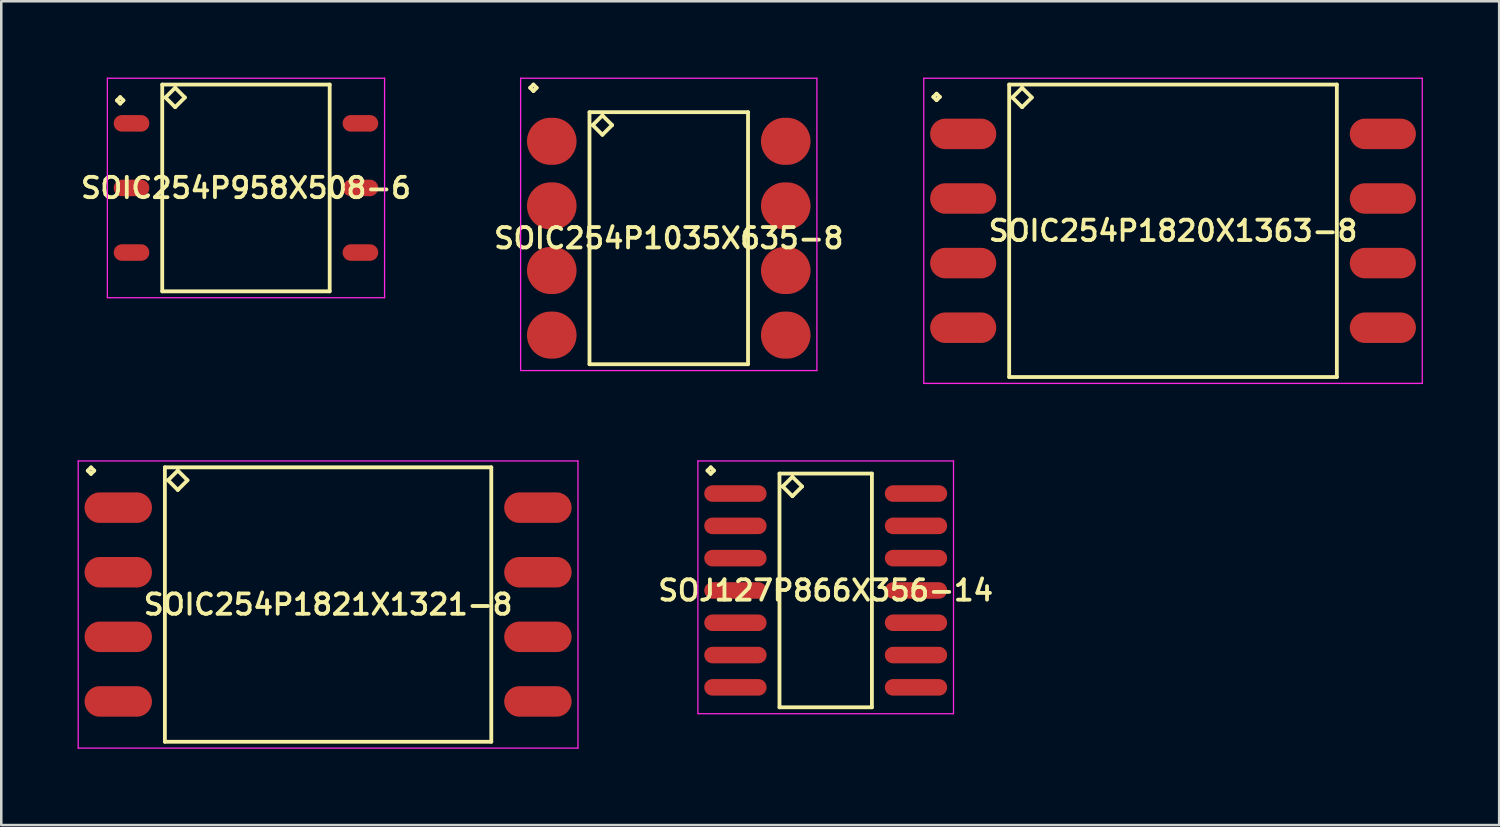
<source format=kicad_pcb>
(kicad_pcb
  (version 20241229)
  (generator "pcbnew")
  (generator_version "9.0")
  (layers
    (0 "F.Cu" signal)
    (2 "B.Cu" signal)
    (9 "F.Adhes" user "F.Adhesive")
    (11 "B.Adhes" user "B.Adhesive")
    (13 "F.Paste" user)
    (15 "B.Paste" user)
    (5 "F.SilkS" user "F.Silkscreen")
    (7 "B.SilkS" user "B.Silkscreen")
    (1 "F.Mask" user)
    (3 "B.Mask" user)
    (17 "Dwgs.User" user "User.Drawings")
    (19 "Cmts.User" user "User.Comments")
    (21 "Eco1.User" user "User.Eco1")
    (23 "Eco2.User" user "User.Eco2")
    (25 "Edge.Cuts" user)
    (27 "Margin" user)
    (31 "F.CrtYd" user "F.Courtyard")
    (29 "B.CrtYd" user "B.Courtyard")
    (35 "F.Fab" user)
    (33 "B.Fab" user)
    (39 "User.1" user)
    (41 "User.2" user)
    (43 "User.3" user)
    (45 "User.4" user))
  (footprint "SOIC254P1820X1363-8"
    (layer "F.Cu")
    (at 43.072 6.025)
    (property "Reference" "SOIC254P1820X1363-8" (at 0 0 0) (layer "F.SilkS") (effects (font (size 0.8 0.8) (thickness 0.15))))
    (attr smd)
    (fp_line (start -9.423 -5.264) (end -9.296 -5.391) (stroke (width 0.15) (type solid)) (layer "F.SilkS"))
    (fp_line (start -9.296 -5.391) (end -9.169 -5.264) (stroke (width 0.15) (type solid)) (layer "F.SilkS"))
    (fp_line (start -9.296 -5.137) (end -9.423 -5.264) (stroke (width 0.15) (type solid)) (layer "F.SilkS"))
    (fp_line (start -9.169 -5.264) (end -9.296 -5.137) (stroke (width 0.15) (type solid)) (layer "F.SilkS"))
    (fp_line (start -6.442 -5.75) (end -6.442 5.75) (stroke (width 0.15) (type solid)) (layer "F.SilkS"))
    (fp_line (start -6.442 5.75) (end 6.442 5.75) (stroke (width 0.15) (type solid)) (layer "F.SilkS"))
    (fp_line (start -6.315 -5.242) (end -5.934 -5.623) (stroke (width 0.15) (type solid)) (layer "F.SilkS"))
    (fp_line (start -5.934 -5.623) (end -5.553 -5.242) (stroke (width 0.15) (type solid)) (layer "F.SilkS"))
    (fp_line (start -5.934 -4.861) (end -6.315 -5.242) (stroke (width 0.15) (type solid)) (layer "F.SilkS"))
    (fp_line (start -5.553 -5.242) (end -5.934 -4.861) (stroke (width 0.15) (type solid)) (layer "F.SilkS"))
    (fp_line (start 6.442 -5.75) (end -6.442 -5.75) (stroke (width 0.15) (type solid)) (layer "F.SilkS"))
    (fp_line (start 6.442 5.75) (end 6.442 -5.75) (stroke (width 0.15) (type solid)) (layer "F.SilkS"))
    (fp_line (start -9.8 -6) (end 9.8 -6) (stroke (width 0.05) (type solid)) (layer "F.CrtYd"))
    (fp_line (start -9.8 6) (end -9.8 -6) (stroke (width 0.05) (type solid)) (layer "F.CrtYd"))
    (fp_line (start 9.8 -6) (end 9.8 6) (stroke (width 0.05) (type solid)) (layer "F.CrtYd"))
    (fp_line (start 9.8 6) (end -9.8 6) (stroke (width 0.05) (type solid)) (layer "F.CrtYd"))
    (pad "1" smd oval (at -8.25 -3.81) (size 2.6 1.2) (layers "F.Cu" "F.Mask" "F.Paste"))
    (pad "2" smd oval (at -8.25 -1.27) (size 2.6 1.2) (layers "F.Cu" "F.Mask" "F.Paste"))
    (pad "3" smd oval (at -8.25 1.27) (size 2.6 1.2) (layers "F.Cu" "F.Mask" "F.Paste"))
    (pad "4" smd oval (at -8.25 3.81) (size 2.6 1.2) (layers "F.Cu" "F.Mask" "F.Paste"))
    (pad "5" smd oval (at 8.25 3.81) (size 2.6 1.2) (layers "F.Cu" "F.Mask" "F.Paste"))
    (pad "6" smd oval (at 8.25 1.27) (size 2.6 1.2) (layers "F.Cu" "F.Mask" "F.Paste"))
    (pad "7" smd oval (at 8.25 -1.27) (size 2.6 1.2) (layers "F.Cu" "F.Mask" "F.Paste"))
    (pad "8" smd oval (at 8.25 -3.81) (size 2.6 1.2) (layers "F.Cu" "F.Mask" "F.Paste")))
  (footprint "SOIC254P1035X635-8"
    (layer "F.Cu")
    (at 23.245 6.316)
    (property "Reference" "SOIC254P1035X635-8" (at 0 0 0) (layer "F.SilkS") (effects (font (size 0.8 0.8) (thickness 0.15))))
    (attr smd)
    (fp_line (start -5.448 -5.914) (end -5.321 -6.041) (stroke (width 0.15) (type solid)) (layer "F.SilkS"))
    (fp_line (start -5.321 -6.041) (end -5.194 -5.914) (stroke (width 0.15) (type solid)) (layer "F.SilkS"))
    (fp_line (start -5.321 -5.787) (end -5.448 -5.914) (stroke (width 0.15) (type solid)) (layer "F.SilkS"))
    (fp_line (start -5.194 -5.914) (end -5.321 -5.787) (stroke (width 0.15) (type solid)) (layer "F.SilkS"))
    (fp_line (start -3.117 -4.955) (end -3.117 4.955) (stroke (width 0.15) (type solid)) (layer "F.SilkS"))
    (fp_line (start -3.117 4.955) (end 3.117 4.955) (stroke (width 0.15) (type solid)) (layer "F.SilkS"))
    (fp_line (start -2.99 -4.447) (end -2.609 -4.828) (stroke (width 0.15) (type solid)) (layer "F.SilkS"))
    (fp_line (start -2.609 -4.828) (end -2.228 -4.447) (stroke (width 0.15) (type solid)) (layer "F.SilkS"))
    (fp_line (start -2.609 -4.066) (end -2.99 -4.447) (stroke (width 0.15) (type solid)) (layer "F.SilkS"))
    (fp_line (start -2.228 -4.447) (end -2.609 -4.066) (stroke (width 0.15) (type solid)) (layer "F.SilkS"))
    (fp_line (start 3.117 -4.955) (end -3.117 -4.955) (stroke (width 0.15) (type solid)) (layer "F.SilkS"))
    (fp_line (start 3.117 4.955) (end 3.117 -4.955) (stroke (width 0.15) (type solid)) (layer "F.SilkS"))
    (fp_line (start -5.825 -6.291) (end 5.825 -6.291) (stroke (width 0.05) (type solid)) (layer "F.CrtYd"))
    (fp_line (start -5.825 5.205) (end -5.825 -6.291) (stroke (width 0.05) (type solid)) (layer "F.CrtYd"))
    (fp_line (start 5.825 -6.291) (end 5.825 5.205) (stroke (width 0.05) (type solid)) (layer "F.CrtYd"))
    (fp_line (start 5.825 5.205) (end -5.825 5.205) (stroke (width 0.05) (type solid)) (layer "F.CrtYd"))
    (pad "1" smd oval (at -4.6 -3.81) (size 1.95 1.85) (layers "F.Cu" "F.Mask" "F.Paste"))
    (pad "2" smd oval (at -4.6 -1.27) (size 1.95 1.85) (layers "F.Cu" "F.Mask" "F.Paste"))
    (pad "3" smd oval (at -4.6 1.27) (size 1.95 1.85) (layers "F.Cu" "F.Mask" "F.Paste"))
    (pad "4" smd oval (at -4.6 3.81) (size 1.95 1.85) (layers "F.Cu" "F.Mask" "F.Paste"))
    (pad "5" smd oval (at 4.6 3.81) (size 1.95 1.85) (layers "F.Cu" "F.Mask" "F.Paste"))
    (pad "6" smd oval (at 4.6 1.27) (size 1.95 1.85) (layers "F.Cu" "F.Mask" "F.Paste"))
    (pad "7" smd oval (at 4.6 -1.27) (size 1.95 1.85) (layers "F.Cu" "F.Mask" "F.Paste"))
    (pad "8" smd oval (at 4.6 -3.81) (size 1.95 1.85) (layers "F.Cu" "F.Mask" "F.Paste")))
  (footprint "SOJ127P866X356-14"
    (layer "F.Cu")
    (at 29.416 20.166)
    (property "Reference" "SOJ127P866X356-14" (at 0 0 0) (layer "F.SilkS") (effects (font (size 0.8 0.8) (thickness 0.15))))
    (attr smd)
    (fp_line (start -4.648 -4.714) (end -4.521 -4.841) (stroke (width 0.15) (type solid)) (layer "F.SilkS"))
    (fp_line (start -4.521 -4.841) (end -4.394 -4.714) (stroke (width 0.15) (type solid)) (layer "F.SilkS"))
    (fp_line (start -4.521 -4.587) (end -4.648 -4.714) (stroke (width 0.15) (type solid)) (layer "F.SilkS"))
    (fp_line (start -4.394 -4.714) (end -4.521 -4.587) (stroke (width 0.15) (type solid)) (layer "F.SilkS"))
    (fp_line (start -1.817 -4.595) (end -1.817 4.595) (stroke (width 0.15) (type solid)) (layer "F.SilkS"))
    (fp_line (start -1.817 4.595) (end 1.817 4.595) (stroke (width 0.15) (type solid)) (layer "F.SilkS"))
    (fp_line (start -1.69 -4.087) (end -1.309 -4.468) (stroke (width 0.15) (type solid)) (layer "F.SilkS"))
    (fp_line (start -1.309 -4.468) (end -0.928 -4.087) (stroke (width 0.15) (type solid)) (layer "F.SilkS"))
    (fp_line (start -1.309 -3.706) (end -1.69 -4.087) (stroke (width 0.15) (type solid)) (layer "F.SilkS"))
    (fp_line (start -0.928 -4.087) (end -1.309 -3.706) (stroke (width 0.15) (type solid)) (layer "F.SilkS"))
    (fp_line (start 1.817 -4.595) (end -1.817 -4.595) (stroke (width 0.15) (type solid)) (layer "F.SilkS"))
    (fp_line (start 1.817 4.595) (end 1.817 -4.595) (stroke (width 0.15) (type solid)) (layer "F.SilkS"))
    (fp_line (start -5.025 -5.091) (end 5.025 -5.091) (stroke (width 0.05) (type solid)) (layer "F.CrtYd"))
    (fp_line (start -5.025 4.845) (end -5.025 -5.091) (stroke (width 0.05) (type solid)) (layer "F.CrtYd"))
    (fp_line (start 5.025 -5.091) (end 5.025 4.845) (stroke (width 0.05) (type solid)) (layer "F.CrtYd"))
    (fp_line (start 5.025 4.845) (end -5.025 4.845) (stroke (width 0.05) (type solid)) (layer "F.CrtYd"))
    (pad "1" smd oval (at -3.55 -3.81) (size 2.45 0.65) (layers "F.Cu" "F.Mask" "F.Paste"))
    (pad "2" smd oval (at -3.55 -2.54) (size 2.45 0.65) (layers "F.Cu" "F.Mask" "F.Paste"))
    (pad "3" smd oval (at -3.55 -1.27) (size 2.45 0.65) (layers "F.Cu" "F.Mask" "F.Paste"))
    (pad "4" smd oval (at -3.55 0) (size 2.45 0.65) (layers "F.Cu" "F.Mask" "F.Paste"))
    (pad "5" smd oval (at -3.55 1.27) (size 2.45 0.65) (layers "F.Cu" "F.Mask" "F.Paste"))
    (pad "6" smd oval (at -3.55 2.54) (size 2.45 0.65) (layers "F.Cu" "F.Mask" "F.Paste"))
    (pad "7" smd oval (at -3.55 3.81) (size 2.45 0.65) (layers "F.Cu" "F.Mask" "F.Paste"))
    (pad "8" smd oval (at 3.55 3.81) (size 2.45 0.65) (layers "F.Cu" "F.Mask" "F.Paste"))
    (pad "9" smd oval (at 3.55 2.54) (size 2.45 0.65) (layers "F.Cu" "F.Mask" "F.Paste"))
    (pad "10" smd oval (at 3.55 1.27) (size 2.45 0.65) (layers "F.Cu" "F.Mask" "F.Paste"))
    (pad "11" smd oval (at 3.55 0) (size 2.45 0.65) (layers "F.Cu" "F.Mask" "F.Paste"))
    (pad "12" smd oval (at 3.55 -1.27) (size 2.45 0.65) (layers "F.Cu" "F.Mask" "F.Paste"))
    (pad "13" smd oval (at 3.55 -2.54) (size 2.45 0.65) (layers "F.Cu" "F.Mask" "F.Paste"))
    (pad "14" smd oval (at 3.55 -3.81) (size 2.45 0.65) (layers "F.Cu" "F.Mask" "F.Paste")))
  (footprint "SOIC254P958X508-6"
    (layer "F.Cu")
    (at 6.621 4.34)
    (property "Reference" "SOIC254P958X508-6" (at 0 0 0) (layer "F.SilkS") (effects (font (size 0.8 0.8) (thickness 0.15))))
    (attr smd)
    (fp_line (start -5.073 -3.444) (end -4.946 -3.571) (stroke (width 0.15) (type solid)) (layer "F.SilkS"))
    (fp_line (start -4.946 -3.571) (end -4.819 -3.444) (stroke (width 0.15) (type solid)) (layer "F.SilkS"))
    (fp_line (start -4.946 -3.317) (end -5.073 -3.444) (stroke (width 0.15) (type solid)) (layer "F.SilkS"))
    (fp_line (start -4.819 -3.444) (end -4.946 -3.317) (stroke (width 0.15) (type solid)) (layer "F.SilkS"))
    (fp_line (start -3.292 -4.065) (end -3.292 4.065) (stroke (width 0.15) (type solid)) (layer "F.SilkS"))
    (fp_line (start -3.292 4.065) (end 3.292 4.065) (stroke (width 0.15) (type solid)) (layer "F.SilkS"))
    (fp_line (start -3.165 -3.557) (end -2.784 -3.938) (stroke (width 0.15) (type solid)) (layer "F.SilkS"))
    (fp_line (start -2.784 -3.938) (end -2.403 -3.557) (stroke (width 0.15) (type solid)) (layer "F.SilkS"))
    (fp_line (start -2.784 -3.176) (end -3.165 -3.557) (stroke (width 0.15) (type solid)) (layer "F.SilkS"))
    (fp_line (start -2.403 -3.557) (end -2.784 -3.176) (stroke (width 0.15) (type solid)) (layer "F.SilkS"))
    (fp_line (start 3.292 -4.065) (end -3.292 -4.065) (stroke (width 0.15) (type solid)) (layer "F.SilkS"))
    (fp_line (start 3.292 4.065) (end 3.292 -4.065) (stroke (width 0.15) (type solid)) (layer "F.SilkS"))
    (fp_line (start -5.45 -4.315) (end 5.45 -4.315) (stroke (width 0.05) (type solid)) (layer "F.CrtYd"))
    (fp_line (start -5.45 4.315) (end -5.45 -4.315) (stroke (width 0.05) (type solid)) (layer "F.CrtYd"))
    (fp_line (start 5.45 -4.315) (end 5.45 4.315) (stroke (width 0.05) (type solid)) (layer "F.CrtYd"))
    (fp_line (start 5.45 4.315) (end -5.45 4.315) (stroke (width 0.05) (type solid)) (layer "F.CrtYd"))
    (pad "1" smd oval (at -4.5 -2.54) (size 1.4 0.65) (layers "F.Cu" "F.Mask" "F.Paste"))
    (pad "2" smd oval (at -4.5 0) (size 1.4 0.65) (layers "F.Cu" "F.Mask" "F.Paste"))
    (pad "3" smd oval (at -4.5 2.54) (size 1.4 0.65) (layers "F.Cu" "F.Mask" "F.Paste"))
    (pad "4" smd oval (at 4.5 2.54) (size 1.4 0.65) (layers "F.Cu" "F.Mask" "F.Paste"))
    (pad "5" smd oval (at 4.5 0) (size 1.4 0.65) (layers "F.Cu" "F.Mask" "F.Paste"))
    (pad "6" smd oval (at 4.5 -2.54) (size 1.4 0.65) (layers "F.Cu" "F.Mask" "F.Paste")))
  (footprint "SOIC254P1821X1321-8"
    (layer "F.Cu")
    (at 9.85 20.72)
    (property "Reference" "SOIC254P1821X1321-8" (at 0 0 0) (layer "F.SilkS") (effects (font (size 0.8 0.8) (thickness 0.15))))
    (attr smd)
    (fp_line (start -9.448 -5.264) (end -9.321 -5.391) (stroke (width 0.15) (type solid)) (layer "F.SilkS"))
    (fp_line (start -9.321 -5.391) (end -9.194 -5.264) (stroke (width 0.15) (type solid)) (layer "F.SilkS"))
    (fp_line (start -9.321 -5.137) (end -9.448 -5.264) (stroke (width 0.15) (type solid)) (layer "F.SilkS"))
    (fp_line (start -9.194 -5.264) (end -9.321 -5.137) (stroke (width 0.15) (type solid)) (layer "F.SilkS"))
    (fp_line (start -6.417 -5.395) (end -6.417 5.395) (stroke (width 0.15) (type solid)) (layer "F.SilkS"))
    (fp_line (start -6.417 5.395) (end 6.417 5.395) (stroke (width 0.15) (type solid)) (layer "F.SilkS"))
    (fp_line (start -6.29 -4.887) (end -5.909 -5.268) (stroke (width 0.15) (type solid)) (layer "F.SilkS"))
    (fp_line (start -5.909 -5.268) (end -5.528 -4.887) (stroke (width 0.15) (type solid)) (layer "F.SilkS"))
    (fp_line (start -5.909 -4.506) (end -6.29 -4.887) (stroke (width 0.15) (type solid)) (layer "F.SilkS"))
    (fp_line (start -5.528 -4.887) (end -5.909 -4.506) (stroke (width 0.15) (type solid)) (layer "F.SilkS"))
    (fp_line (start 6.417 -5.395) (end -6.417 -5.395) (stroke (width 0.15) (type solid)) (layer "F.SilkS"))
    (fp_line (start 6.417 5.395) (end 6.417 -5.395) (stroke (width 0.15) (type solid)) (layer "F.SilkS"))
    (fp_line (start -9.825 -5.645) (end 9.825 -5.645) (stroke (width 0.05) (type solid)) (layer "F.CrtYd"))
    (fp_line (start -9.825 5.645) (end -9.825 -5.645) (stroke (width 0.05) (type solid)) (layer "F.CrtYd"))
    (fp_line (start 9.825 -5.645) (end 9.825 5.645) (stroke (width 0.05) (type solid)) (layer "F.CrtYd"))
    (fp_line (start 9.825 5.645) (end -9.825 5.645) (stroke (width 0.05) (type solid)) (layer "F.CrtYd"))
    (pad "1" smd oval (at -8.25 -3.81) (size 2.65 1.2) (layers "F.Cu" "F.Mask" "F.Paste"))
    (pad "2" smd oval (at -8.25 -1.27) (size 2.65 1.2) (layers "F.Cu" "F.Mask" "F.Paste"))
    (pad "3" smd oval (at -8.25 1.27) (size 2.65 1.2) (layers "F.Cu" "F.Mask" "F.Paste"))
    (pad "4" smd oval (at -8.25 3.81) (size 2.65 1.2) (layers "F.Cu" "F.Mask" "F.Paste"))
    (pad "5" smd oval (at 8.25 3.81) (size 2.65 1.2) (layers "F.Cu" "F.Mask" "F.Paste"))
    (pad "6" smd oval (at 8.25 1.27) (size 2.65 1.2) (layers "F.Cu" "F.Mask" "F.Paste"))
    (pad "7" smd oval (at 8.25 -1.27) (size 2.65 1.2) (layers "F.Cu" "F.Mask" "F.Paste"))
    (pad "8" smd oval (at 8.25 -3.81) (size 2.65 1.2) (layers "F.Cu" "F.Mask" "F.Paste")))
  (gr_rect
    (start -3 -3)
    (end 55.897 29.39)
    (stroke (width 0.1) (type default))
    (fill no)
    (layer "Edge.Cuts")))
</source>
